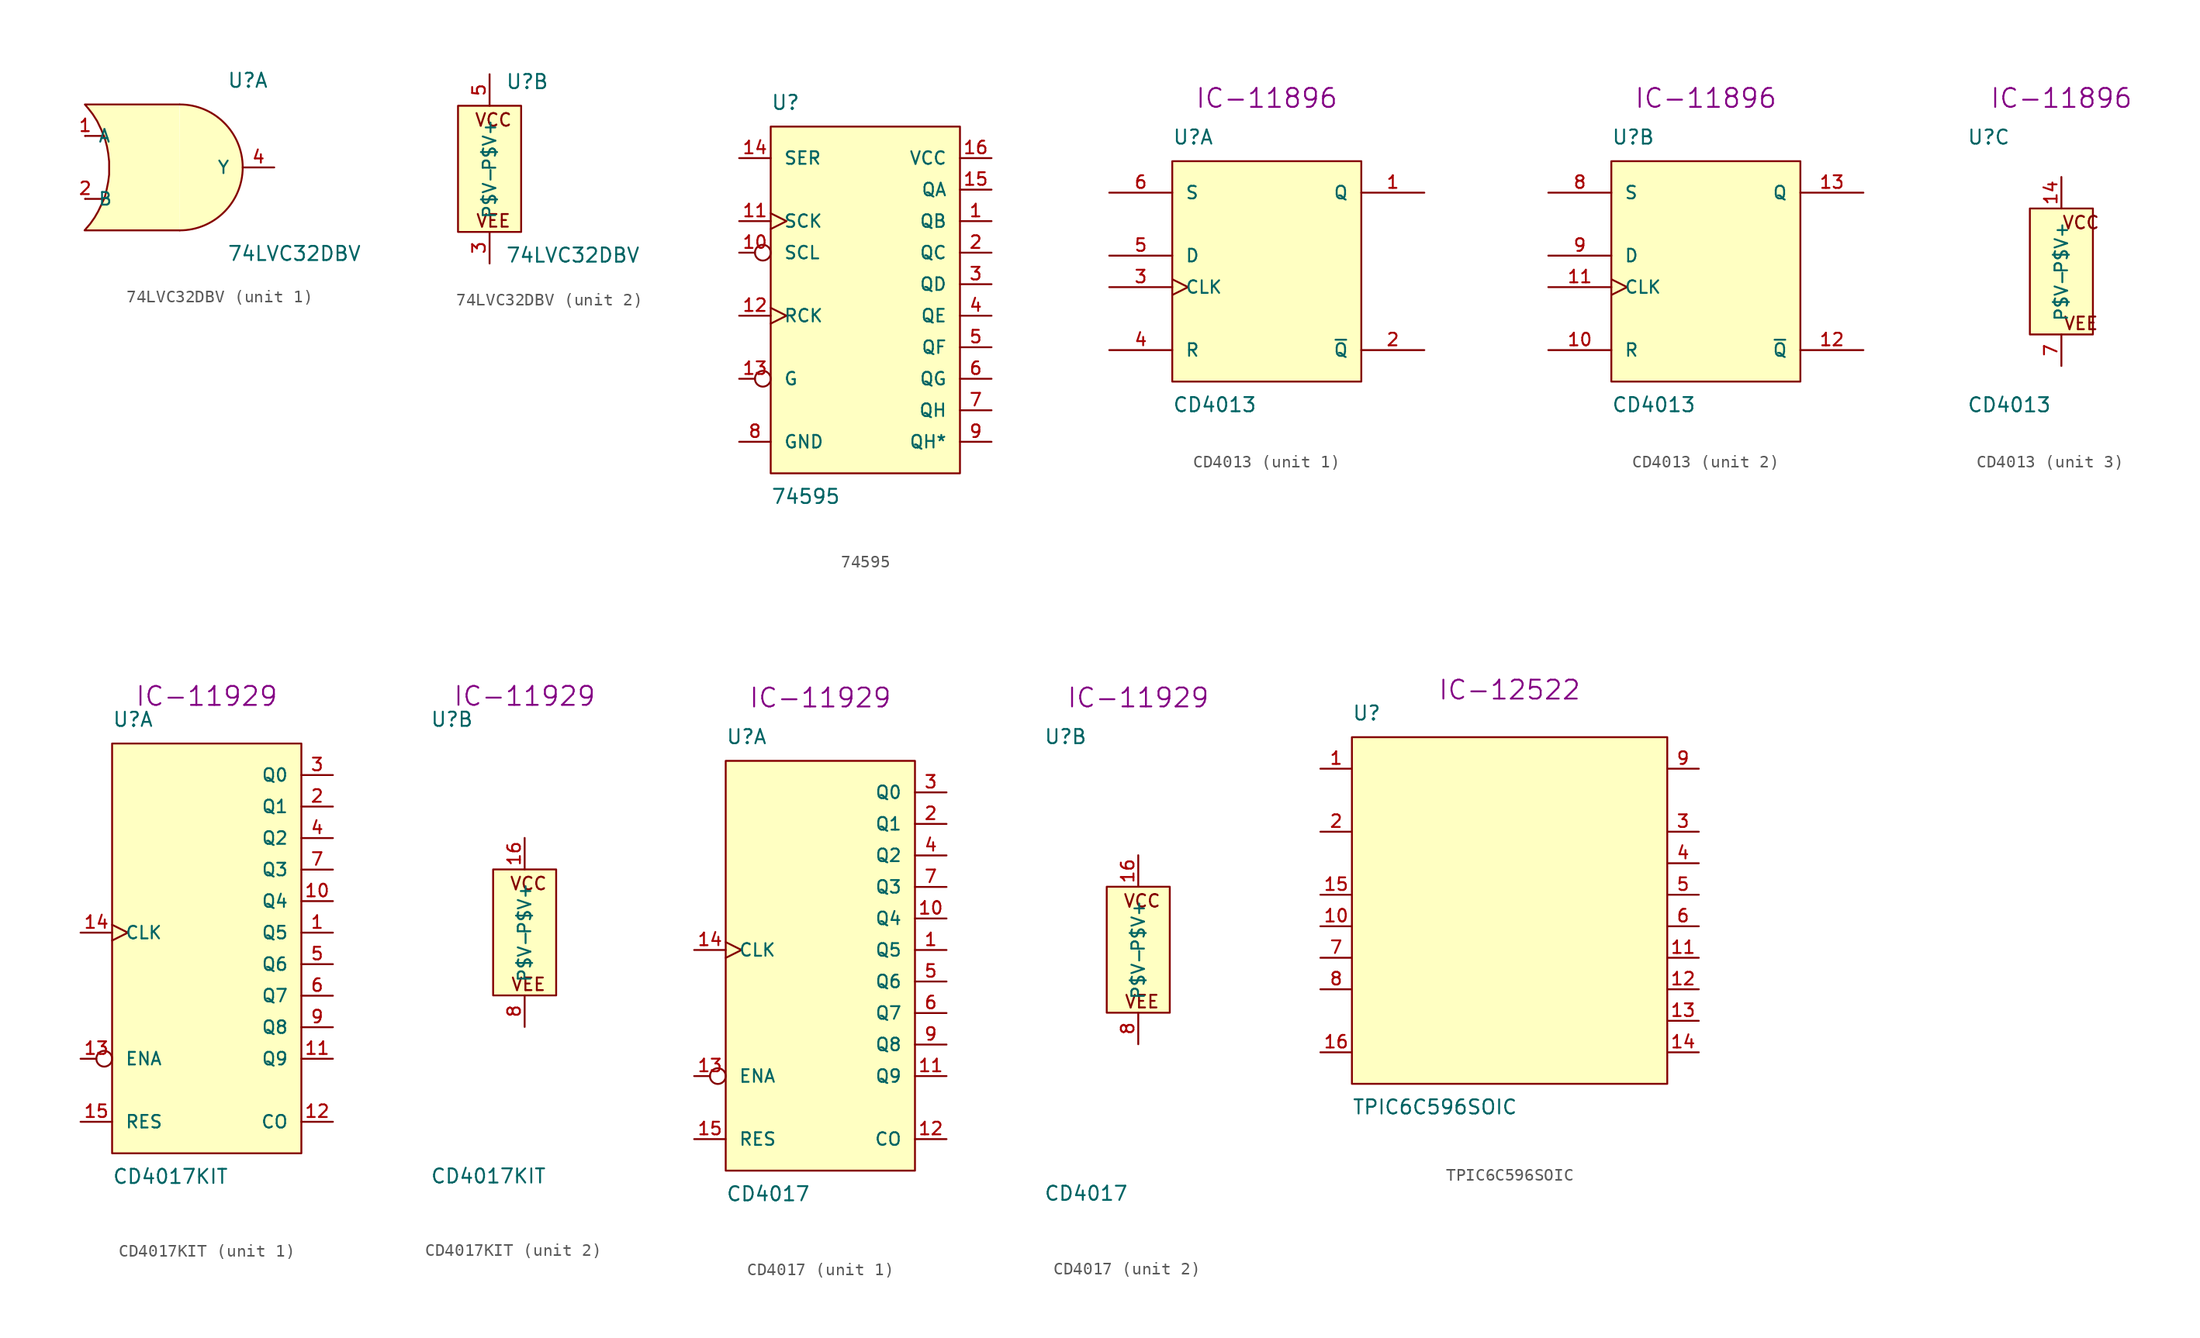
<source format=kicad_sym>
(kicad_symbol_lib
  (version 20220914)
  (generator kicad_symbol_editor)
  (symbol "74LVC32DBV"
    (pin_names
      (offset 1.016))
    (property "Reference" "U"
      (at 1.27 6.35 0)
      (effects (font (size 1.143 1.143)) (justify left bottom)))
    (property "Value" "74LVC32DBV"
      (at 1.27 -7.62 0)
      (effects (font (size 1.143 1.143)) (justify left bottom)))
    (property "ki_locked" ""
      (at 0 0 0)
      (effects (font (size 1.27 1.27))))
    (symbol "74LVC32DBV_1_0"
      (polyline (pts (xy -10.16 -2.54) (xy -8.636 -2.54)) (stroke (width 0) (type solid)) (fill (type none)))
      (polyline (pts (xy -10.16 2.54) (xy -8.636 2.54)) (stroke (width 0) (type solid)) (fill (type none))))
    (symbol "74LVC32DBV_1_1"
      (arc (start -2.54 -5.08) (mid 2.5179 0) (end -2.54 5.08) (stroke (width 0) (type solid)) (fill (type background)))
      (polyline (pts (xy -2.54 -5.08) (xy -10.211 -5.08) (xy -9.754 -4.547) (xy -9.398 -4.039) (xy -9.119 -3.556) (xy -8.839 -2.972) (xy -8.585 -2.413) (xy -8.433 -1.803) (xy -8.306 -1.168) (xy -8.23 -0.584) (xy -8.23 -0.025) (xy -8.23 0.483) (xy -8.306 1.143) (xy -8.407 1.702) (xy -8.585 2.362) (xy -8.865 3.048) (xy -9.195 3.734) (xy -9.55 4.293) (xy -9.906 4.75) (xy -10.185 5.08) (xy -2.565 5.08)) (stroke (width 0) (type solid)) (fill (type background)))
      (pin bidirectional line (at -10.16 2.54 0) (length 0) (name "A" (effects (font (size 1.016 1.016)))) (number "1" (effects (font (size 1.016 1.016)))))
      (pin bidirectional line (at -10.16 -2.54 0) (length 0) (name "B" (effects (font (size 1.016 1.016)))) (number "2" (effects (font (size 1.016 1.016)))))
      (pin bidirectional line (at 5.08 0 180) (length 2.54) (name "Y" (effects (font (size 1.016 1.016)))) (number "4" (effects (font (size 1.016 1.016))))))
    (symbol "74LVC32DBV_2_0"
      (text "VCC" (at 0.305 3.937 0) (effects (font (size 1.016 1.016))))
      (text "VEE" (at 0.305 -4.191 0) (effects (font (size 1.016 1.016)))))
    (symbol "74LVC32DBV_2_1"
      (polyline (pts (xy -2.54 5.08) (xy 2.54 5.08) (xy 2.54 -5.08) (xy -2.54 -5.08) (xy -2.54 5.08)) (stroke (width 0) (type solid)) (fill (type background)))
      (pin bidirectional line (at 0 -7.62 90) (length 2.54) (name "P$V-" (effects (font (size 1.016 1.016)))) (number "3" (effects (font (size 1.016 1.016)))))
      (pin bidirectional line (at 0 7.62 270) (length 2.54) (name "P$V+" (effects (font (size 1.016 1.016)))) (number "5" (effects (font (size 1.016 1.016)))))))
  (symbol "74595"
    (pin_names
      (offset 1.016))
    (property "Reference" "U"
      (at -7.62 15.24 0)
      (effects (font (size 1.143 1.143)) (justify left bottom)))
    (property "Value" "74595"
      (at -7.62 -16.51 0)
      (effects (font (size 1.143 1.143)) (justify left bottom)))
    (property "ki_locked" ""
      (at 0 0 0)
      (effects (font (size 1.27 1.27))))
    (symbol "74595_1_1"
      (polyline (pts (xy -7.62 -13.97) (xy 7.62 -13.97) (xy 7.62 13.97) (xy -7.62 13.97) (xy -7.62 -13.97)) (stroke (width 0) (type solid)) (fill (type background)))
      (pin tri_state line (at 10.16 6.35 180) (length 2.54) (name "QB" (effects (font (size 1.016 1.016)))) (number "1" (effects (font (size 1.016 1.016)))))
      (pin input inverted (at -10.16 3.81 0) (length 2.54) (name "SCL" (effects (font (size 1.016 1.016)))) (number "10" (effects (font (size 1.016 1.016)))))
      (pin input clock (at -10.16 6.35 0) (length 2.54) (name "SCK" (effects (font (size 1.016 1.016)))) (number "11" (effects (font (size 1.016 1.016)))))
      (pin input clock (at -10.16 -1.27 0) (length 2.54) (name "RCK" (effects (font (size 1.016 1.016)))) (number "12" (effects (font (size 1.016 1.016)))))
      (pin input inverted (at -10.16 -6.35 0) (length 2.54) (name "G" (effects (font (size 1.016 1.016)))) (number "13" (effects (font (size 1.016 1.016)))))
      (pin input line (at -10.16 11.43 0) (length 2.54) (name "SER" (effects (font (size 1.016 1.016)))) (number "14" (effects (font (size 1.016 1.016)))))
      (pin tri_state line (at 10.16 8.89 180) (length 2.54) (name "QA" (effects (font (size 1.016 1.016)))) (number "15" (effects (font (size 1.016 1.016)))))
      (pin power_in line (at 10.16 11.43 180) (length 2.54) (name "VCC" (effects (font (size 1.016 1.016)))) (number "16" (effects (font (size 1.016 1.016)))))
      (pin tri_state line (at 10.16 3.81 180) (length 2.54) (name "QC" (effects (font (size 1.016 1.016)))) (number "2" (effects (font (size 1.016 1.016)))))
      (pin tri_state line (at 10.16 1.27 180) (length 2.54) (name "QD" (effects (font (size 1.016 1.016)))) (number "3" (effects (font (size 1.016 1.016)))))
      (pin tri_state line (at 10.16 -1.27 180) (length 2.54) (name "QE" (effects (font (size 1.016 1.016)))) (number "4" (effects (font (size 1.016 1.016)))))
      (pin tri_state line (at 10.16 -3.81 180) (length 2.54) (name "QF" (effects (font (size 1.016 1.016)))) (number "5" (effects (font (size 1.016 1.016)))))
      (pin tri_state line (at 10.16 -6.35 180) (length 2.54) (name "QG" (effects (font (size 1.016 1.016)))) (number "6" (effects (font (size 1.016 1.016)))))
      (pin tri_state line (at 10.16 -8.89 180) (length 2.54) (name "QH" (effects (font (size 1.016 1.016)))) (number "7" (effects (font (size 1.016 1.016)))))
      (pin power_in line (at -10.16 -11.43 0) (length 2.54) (name "GND" (effects (font (size 1.016 1.016)))) (number "8" (effects (font (size 1.016 1.016)))))
      (pin tri_state line (at 10.16 -11.43 180) (length 2.54) (name "QH*" (effects (font (size 1.016 1.016)))) (number "9" (effects (font (size 1.016 1.016)))))))
  (symbol "CD4013"
    (pin_names
      (offset 1.016))
    (property "Reference" "U"
      (at -7.62 10.16 0)
      (effects (font (size 1.143 1.143)) (justify left bottom)))
    (property "Value" "CD4013"
      (at -7.62 -11.43 0)
      (effects (font (size 1.143 1.143)) (justify left bottom)))
    (property "PROD_ID" "IC-11896"
      (at 0 13.97 0)
      (effects (font (size 1.524 1.524))))
    (property "ki_locked" ""
      (at 0 0 0)
      (effects (font (size 1.27 1.27))))
    (symbol "CD4013_1_1"
      (polyline (pts (xy -7.62 -8.89) (xy 7.62 -8.89) (xy 7.62 8.89) (xy -7.62 8.89) (xy -7.62 -8.89)) (stroke (width 0) (type solid)) (fill (type background)))
      (pin output line (at 12.7 6.35 180) (length 5.08) (name "Q" (effects (font (size 1.016 1.016)))) (number "1" (effects (font (size 1.016 1.016)))))
      (pin output line (at 12.7 -6.35 180) (length 5.08) (name "~{Q}" (effects (font (size 1.016 1.016)))) (number "2" (effects (font (size 1.016 1.016)))))
      (pin input clock (at -12.7 -1.27 0) (length 5.08) (name "CLK" (effects (font (size 1.016 1.016)))) (number "3" (effects (font (size 1.016 1.016)))))
      (pin input line (at -12.7 -6.35 0) (length 5.08) (name "R" (effects (font (size 1.016 1.016)))) (number "4" (effects (font (size 1.016 1.016)))))
      (pin input line (at -12.7 1.27 0) (length 5.08) (name "D" (effects (font (size 1.016 1.016)))) (number "5" (effects (font (size 1.016 1.016)))))
      (pin input line (at -12.7 6.35 0) (length 5.08) (name "S" (effects (font (size 1.016 1.016)))) (number "6" (effects (font (size 1.016 1.016))))))
    (symbol "CD4013_2_1"
      (polyline (pts (xy -7.62 -8.89) (xy 7.62 -8.89) (xy 7.62 8.89) (xy -7.62 8.89) (xy -7.62 -8.89)) (stroke (width 0) (type solid)) (fill (type background)))
      (pin input line (at -12.7 -6.35 0) (length 5.08) (name "R" (effects (font (size 1.016 1.016)))) (number "10" (effects (font (size 1.016 1.016)))))
      (pin input clock (at -12.7 -1.27 0) (length 5.08) (name "CLK" (effects (font (size 1.016 1.016)))) (number "11" (effects (font (size 1.016 1.016)))))
      (pin output line (at 12.7 -6.35 180) (length 5.08) (name "~{Q}" (effects (font (size 1.016 1.016)))) (number "12" (effects (font (size 1.016 1.016)))))
      (pin output line (at 12.7 6.35 180) (length 5.08) (name "Q" (effects (font (size 1.016 1.016)))) (number "13" (effects (font (size 1.016 1.016)))))
      (pin input line (at -12.7 6.35 0) (length 5.08) (name "S" (effects (font (size 1.016 1.016)))) (number "8" (effects (font (size 1.016 1.016)))))
      (pin input line (at -12.7 1.27 0) (length 5.08) (name "D" (effects (font (size 1.016 1.016)))) (number "9" (effects (font (size 1.016 1.016))))))
    (symbol "CD4013_3_0"
      (text "VCC" (at 1.575 3.937 0) (effects (font (size 1.016 1.016))))
      (text "VEE" (at 1.575 -4.191 0) (effects (font (size 1.016 1.016)))))
    (symbol "CD4013_3_1"
      (polyline (pts (xy -2.54 5.08) (xy 2.54 5.08) (xy 2.54 -5.08) (xy -2.54 -5.08) (xy -2.54 5.08)) (stroke (width 0) (type solid)) (fill (type background)))
      (pin bidirectional line (at 0 7.62 270) (length 2.54) (name "P$V+" (effects (font (size 1.016 1.016)))) (number "14" (effects (font (size 1.016 1.016)))))
      (pin bidirectional line (at 0 -7.62 90) (length 2.54) (name "P$V-" (effects (font (size 1.016 1.016)))) (number "7" (effects (font (size 1.016 1.016)))))))
  (symbol "CD4017KIT"
    (pin_names
      (offset 1.016))
    (property "Reference" "U"
      (at -7.62 16.51 0)
      (effects (font (size 1.143 1.143)) (justify left bottom)))
    (property "Value" "CD4017KIT"
      (at -7.62 -20.32 0)
      (effects (font (size 1.143 1.143)) (justify left bottom)))
    (property "PROD_ID" "IC-11929"
      (at 0 19.05 0)
      (effects (font (size 1.524 1.524))))
    (property "ki_locked" ""
      (at 0 0 0)
      (effects (font (size 1.27 1.27))))
    (symbol "CD4017KIT_1_1"
      (polyline (pts (xy -7.62 -17.78) (xy 7.62 -17.78) (xy 7.62 15.24) (xy -7.62 15.24) (xy -7.62 -17.78)) (stroke (width 0) (type solid)) (fill (type background)))
      (pin output line (at 10.16 0 180) (length 2.54) (name "Q5" (effects (font (size 1.016 1.016)))) (number "1" (effects (font (size 1.016 1.016)))))
      (pin output line (at 10.16 2.54 180) (length 2.54) (name "Q4" (effects (font (size 1.016 1.016)))) (number "10" (effects (font (size 1.016 1.016)))))
      (pin output line (at 10.16 -10.16 180) (length 2.54) (name "Q9" (effects (font (size 1.016 1.016)))) (number "11" (effects (font (size 1.016 1.016)))))
      (pin output line (at 10.16 -15.24 180) (length 2.54) (name "CO" (effects (font (size 1.016 1.016)))) (number "12" (effects (font (size 1.016 1.016)))))
      (pin input inverted (at -10.16 -10.16 0) (length 2.54) (name "ENA" (effects (font (size 1.016 1.016)))) (number "13" (effects (font (size 1.016 1.016)))))
      (pin input clock (at -10.16 0 0) (length 2.54) (name "CLK" (effects (font (size 1.016 1.016)))) (number "14" (effects (font (size 1.016 1.016)))))
      (pin input line (at -10.16 -15.24 0) (length 2.54) (name "RES" (effects (font (size 1.016 1.016)))) (number "15" (effects (font (size 1.016 1.016)))))
      (pin output line (at 10.16 10.16 180) (length 2.54) (name "Q1" (effects (font (size 1.016 1.016)))) (number "2" (effects (font (size 1.016 1.016)))))
      (pin output line (at 10.16 12.7 180) (length 2.54) (name "Q0" (effects (font (size 1.016 1.016)))) (number "3" (effects (font (size 1.016 1.016)))))
      (pin output line (at 10.16 7.62 180) (length 2.54) (name "Q2" (effects (font (size 1.016 1.016)))) (number "4" (effects (font (size 1.016 1.016)))))
      (pin output line (at 10.16 -2.54 180) (length 2.54) (name "Q6" (effects (font (size 1.016 1.016)))) (number "5" (effects (font (size 1.016 1.016)))))
      (pin output line (at 10.16 -5.08 180) (length 2.54) (name "Q7" (effects (font (size 1.016 1.016)))) (number "6" (effects (font (size 1.016 1.016)))))
      (pin output line (at 10.16 5.08 180) (length 2.54) (name "Q3" (effects (font (size 1.016 1.016)))) (number "7" (effects (font (size 1.016 1.016)))))
      (pin output line (at 10.16 -7.62 180) (length 2.54) (name "Q8" (effects (font (size 1.016 1.016)))) (number "9" (effects (font (size 1.016 1.016))))))
    (symbol "CD4017KIT_2_0"
      (text "VCC" (at 0.305 3.937 0) (effects (font (size 1.016 1.016))))
      (text "VEE" (at 0.305 -4.191 0) (effects (font (size 1.016 1.016)))))
    (symbol "CD4017KIT_2_1"
      (polyline (pts (xy -2.54 5.08) (xy 2.54 5.08) (xy 2.54 -5.08) (xy -2.54 -5.08) (xy -2.54 5.08)) (stroke (width 0) (type solid)) (fill (type background)))
      (pin bidirectional line (at 0 7.62 270) (length 2.54) (name "P$V+" (effects (font (size 1.016 1.016)))) (number "16" (effects (font (size 1.016 1.016)))))
      (pin bidirectional line (at 0 -7.62 90) (length 2.54) (name "P$V-" (effects (font (size 1.016 1.016)))) (number "8" (effects (font (size 1.016 1.016)))))))
  (symbol "CD4017"
    (pin_names
      (offset 1.016))
    (property "Reference" "U"
      (at -7.62 16.51 0)
      (effects (font (size 1.143 1.143)) (justify left bottom)))
    (property "Value" "CD4017"
      (at -7.62 -20.32 0)
      (effects (font (size 1.143 1.143)) (justify left bottom)))
    (property "PROD_ID" "IC-11929"
      (at 0 20.32 0)
      (effects (font (size 1.524 1.524))))
    (property "ki_locked" ""
      (at 0 0 0)
      (effects (font (size 1.27 1.27))))
    (symbol "CD4017_1_1"
      (polyline (pts (xy -7.62 -17.78) (xy 7.62 -17.78) (xy 7.62 15.24) (xy -7.62 15.24) (xy -7.62 -17.78)) (stroke (width 0) (type solid)) (fill (type background)))
      (pin output line (at 10.16 0 180) (length 2.54) (name "Q5" (effects (font (size 1.016 1.016)))) (number "1" (effects (font (size 1.016 1.016)))))
      (pin output line (at 10.16 2.54 180) (length 2.54) (name "Q4" (effects (font (size 1.016 1.016)))) (number "10" (effects (font (size 1.016 1.016)))))
      (pin output line (at 10.16 -10.16 180) (length 2.54) (name "Q9" (effects (font (size 1.016 1.016)))) (number "11" (effects (font (size 1.016 1.016)))))
      (pin output line (at 10.16 -15.24 180) (length 2.54) (name "CO" (effects (font (size 1.016 1.016)))) (number "12" (effects (font (size 1.016 1.016)))))
      (pin input inverted (at -10.16 -10.16 0) (length 2.54) (name "ENA" (effects (font (size 1.016 1.016)))) (number "13" (effects (font (size 1.016 1.016)))))
      (pin input clock (at -10.16 0 0) (length 2.54) (name "CLK" (effects (font (size 1.016 1.016)))) (number "14" (effects (font (size 1.016 1.016)))))
      (pin input line (at -10.16 -15.24 0) (length 2.54) (name "RES" (effects (font (size 1.016 1.016)))) (number "15" (effects (font (size 1.016 1.016)))))
      (pin output line (at 10.16 10.16 180) (length 2.54) (name "Q1" (effects (font (size 1.016 1.016)))) (number "2" (effects (font (size 1.016 1.016)))))
      (pin output line (at 10.16 12.7 180) (length 2.54) (name "Q0" (effects (font (size 1.016 1.016)))) (number "3" (effects (font (size 1.016 1.016)))))
      (pin output line (at 10.16 7.62 180) (length 2.54) (name "Q2" (effects (font (size 1.016 1.016)))) (number "4" (effects (font (size 1.016 1.016)))))
      (pin output line (at 10.16 -2.54 180) (length 2.54) (name "Q6" (effects (font (size 1.016 1.016)))) (number "5" (effects (font (size 1.016 1.016)))))
      (pin output line (at 10.16 -5.08 180) (length 2.54) (name "Q7" (effects (font (size 1.016 1.016)))) (number "6" (effects (font (size 1.016 1.016)))))
      (pin output line (at 10.16 5.08 180) (length 2.54) (name "Q3" (effects (font (size 1.016 1.016)))) (number "7" (effects (font (size 1.016 1.016)))))
      (pin output line (at 10.16 -7.62 180) (length 2.54) (name "Q8" (effects (font (size 1.016 1.016)))) (number "9" (effects (font (size 1.016 1.016))))))
    (symbol "CD4017_2_0"
      (text "VCC" (at 0.305 3.937 0) (effects (font (size 1.016 1.016))))
      (text "VEE" (at 0.305 -4.191 0) (effects (font (size 1.016 1.016)))))
    (symbol "CD4017_2_1"
      (polyline (pts (xy -2.54 5.08) (xy 2.54 5.08) (xy 2.54 -5.08) (xy -2.54 -5.08) (xy -2.54 5.08)) (stroke (width 0) (type solid)) (fill (type background)))
      (pin bidirectional line (at 0 7.62 270) (length 2.54) (name "P$V+" (effects (font (size 1.016 1.016)))) (number "16" (effects (font (size 1.016 1.016)))))
      (pin bidirectional line (at 0 -7.62 90) (length 2.54) (name "P$V-" (effects (font (size 1.016 1.016)))) (number "8" (effects (font (size 1.016 1.016)))))))
  (symbol "TPIC6C596SOIC"
    (pin_names
      (offset 1.016) hide)
    (property "Reference" "U"
      (at -12.7 15.24 0)
      (effects (font (size 1.143 1.143)) (justify left bottom)))
    (property "Value" "TPIC6C596SOIC"
      (at -12.7 -16.51 0)
      (effects (font (size 1.143 1.143)) (justify left bottom)))
    (property "PROD_ID" "IC-12522"
      (at 0 17.78 0)
      (effects (font (size 1.524 1.524))))
    (property "ki_locked" ""
      (at 0 0 0)
      (effects (font (size 1.27 1.27))))
    (symbol "TPIC6C596SOIC_1_1"
      (polyline (pts (xy -12.7 13.97) (xy 12.7 13.97) (xy 12.7 -13.97) (xy -12.7 -13.97) (xy -12.7 13.97)) (stroke (width 0) (type solid)) (fill (type background)))
      (pin power_in line (at -15.24 11.43 0) (length 2.54) (name "VCC" (effects (font (size 1.016 1.016)))) (number "1" (effects (font (size 1.016 1.016)))))
      (pin input line (at -15.24 -1.27 0) (length 2.54) (name "RCK" (effects (font (size 1.016 1.016)))) (number "10" (effects (font (size 1.016 1.016)))))
      (pin output line (at 15.24 -3.81 180) (length 2.54) (name "D4" (effects (font (size 1.016 1.016)))) (number "11" (effects (font (size 1.016 1.016)))))
      (pin output line (at 15.24 -6.35 180) (length 2.54) (name "D5" (effects (font (size 1.016 1.016)))) (number "12" (effects (font (size 1.016 1.016)))))
      (pin output line (at 15.24 -8.89 180) (length 2.54) (name "D6" (effects (font (size 1.016 1.016)))) (number "13" (effects (font (size 1.016 1.016)))))
      (pin output line (at 15.24 -11.43 180) (length 2.54) (name "D7" (effects (font (size 1.016 1.016)))) (number "14" (effects (font (size 1.016 1.016)))))
      (pin input line (at -15.24 1.27 0) (length 2.54) (name "SRCK" (effects (font (size 1.016 1.016)))) (number "15" (effects (font (size 1.016 1.016)))))
      (pin power_in line (at -15.24 -11.43 0) (length 2.54) (name "GND" (effects (font (size 1.016 1.016)))) (number "16" (effects (font (size 1.016 1.016)))))
      (pin input line (at -15.24 6.35 0) (length 2.54) (name "SER_IN" (effects (font (size 1.016 1.016)))) (number "2" (effects (font (size 1.016 1.016)))))
      (pin output line (at 15.24 6.35 180) (length 2.54) (name "D0" (effects (font (size 1.016 1.016)))) (number "3" (effects (font (size 1.016 1.016)))))
      (pin output line (at 15.24 3.81 180) (length 2.54) (name "D1" (effects (font (size 1.016 1.016)))) (number "4" (effects (font (size 1.016 1.016)))))
      (pin output line (at 15.24 1.27 180) (length 2.54) (name "D2" (effects (font (size 1.016 1.016)))) (number "5" (effects (font (size 1.016 1.016)))))
      (pin output line (at 15.24 -1.27 180) (length 2.54) (name "D3" (effects (font (size 1.016 1.016)))) (number "6" (effects (font (size 1.016 1.016)))))
      (pin input line (at -15.24 -3.81 0) (length 2.54) (name "~{CLR}" (effects (font (size 1.016 1.016)))) (number "7" (effects (font (size 1.016 1.016)))))
      (pin input line (at -15.24 -6.35 0) (length 2.54) (name "~{G}" (effects (font (size 1.016 1.016)))) (number "8" (effects (font (size 1.016 1.016)))))
      (pin output line (at 15.24 11.43 180) (length 2.54) (name "SER_OUT" (effects (font (size 1.016 1.016)))) (number "9" (effects (font (size 1.016 1.016))))))))
</source>
